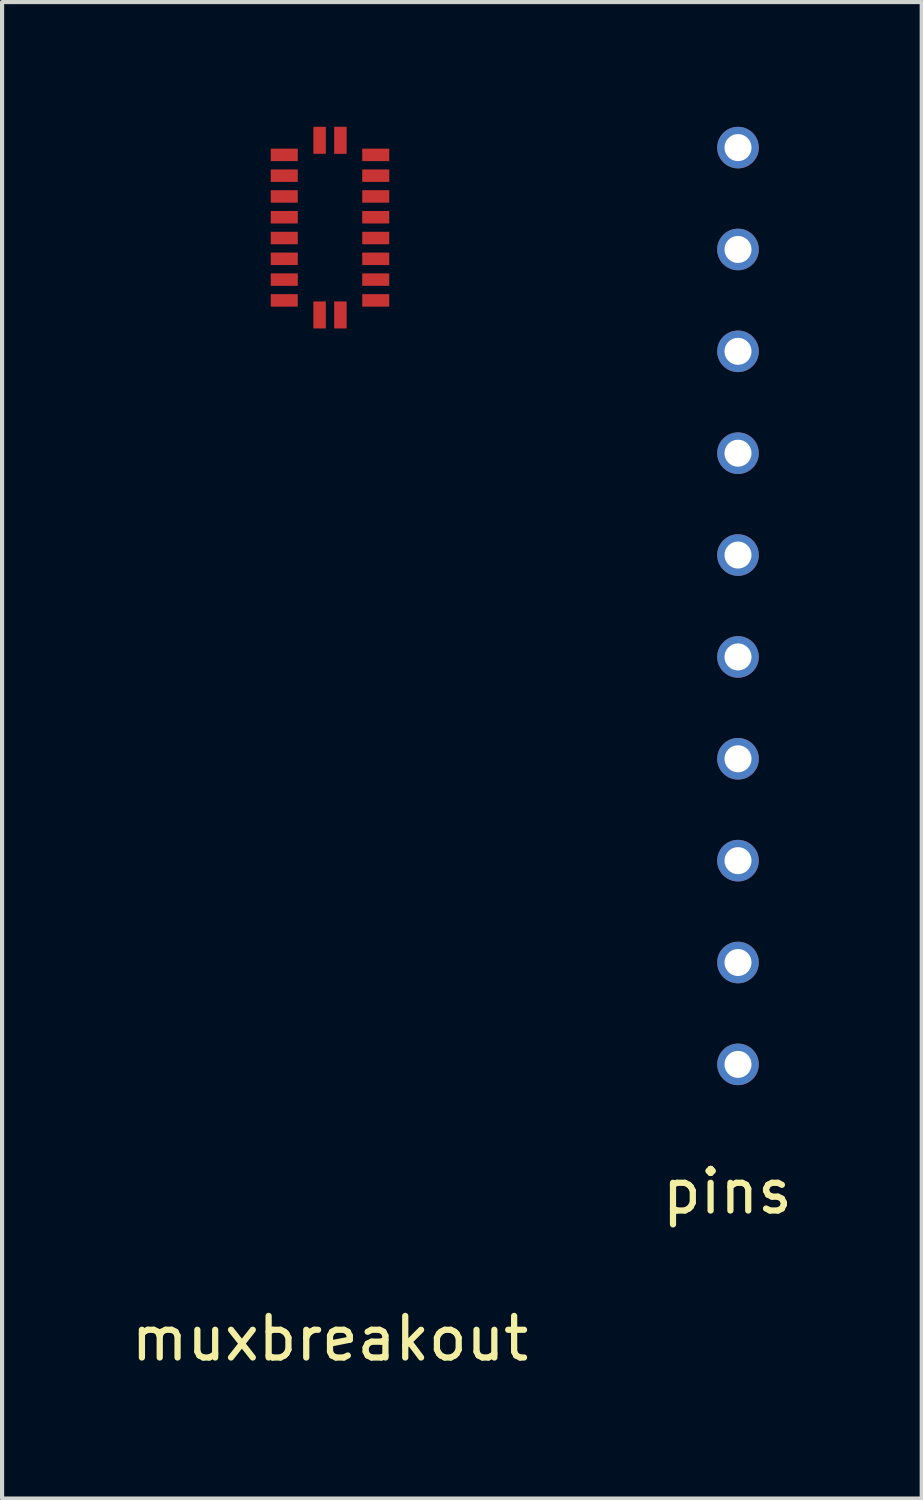
<source format=kicad_pcb>
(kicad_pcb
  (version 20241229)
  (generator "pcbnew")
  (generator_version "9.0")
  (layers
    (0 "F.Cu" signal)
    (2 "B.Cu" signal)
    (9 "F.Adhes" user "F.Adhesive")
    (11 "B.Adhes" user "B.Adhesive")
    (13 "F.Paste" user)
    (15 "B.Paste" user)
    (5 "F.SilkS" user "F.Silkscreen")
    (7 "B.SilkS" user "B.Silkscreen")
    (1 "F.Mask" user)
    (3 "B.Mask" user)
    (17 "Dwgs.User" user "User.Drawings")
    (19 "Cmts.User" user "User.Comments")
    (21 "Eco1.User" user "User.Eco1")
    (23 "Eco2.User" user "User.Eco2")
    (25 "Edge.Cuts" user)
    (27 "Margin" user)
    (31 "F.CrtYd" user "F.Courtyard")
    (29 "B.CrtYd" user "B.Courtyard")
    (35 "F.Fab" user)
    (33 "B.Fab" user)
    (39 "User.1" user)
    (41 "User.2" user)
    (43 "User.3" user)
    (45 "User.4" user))
  (footprint "pins"
    (layer "F.Cu")
    (at 14.7 11.513)
    (property "Reference" "pins" (at -0.254 14.097 0) (layer "F.SilkS") (effects (font (size 1 1) (thickness 0.15))))
    (attr through_hole)
    (pad "1" thru_hole circle (at 0 -11.013) (size 1 1) (drill 0.65) (layers "*.Cu" "*.Mask"))
    (pad "2" thru_hole circle (at 0 -8.563) (size 1 1) (drill 0.65) (layers "*.Cu" "*.Mask"))
    (pad "3" thru_hole circle (at 0 -6.113) (size 1 1) (drill 0.65) (layers "*.Cu" "*.Mask"))
    (pad "4" thru_hole circle (at 0 -3.663) (size 1 1) (drill 0.65) (layers "*.Cu" "*.Mask"))
    (pad "5" thru_hole circle (at 0 -1.213) (size 1 1) (drill 0.65) (layers "*.Cu" "*.Mask"))
    (pad "6" thru_hole circle (at 0 1.237) (size 1 1) (drill 0.65) (layers "*.Cu" "*.Mask"))
    (pad "7" thru_hole circle (at 0 3.687) (size 1 1) (drill 0.65) (layers "*.Cu" "*.Mask"))
    (pad "8" thru_hole circle (at 0 6.137) (size 1 1) (drill 0.65) (layers "*.Cu" "*.Mask"))
    (pad "9" thru_hole circle (at 0 8.587) (size 1 1) (drill 0.65) (layers "*.Cu" "*.Mask"))
    (pad "10" thru_hole circle (at 0 11.037) (size 1 1) (drill 0.65) (layers "*.Cu" "*.Mask")))
  (footprint "muxbreakout"
    (layer "F.Cu")
    (at 4.887 2.475)
    (property "Reference" "muxbreakout" (at 0 26.67 0) (layer "F.SilkS") (effects (font (size 1 1) (thickness 0.15))))
    (attr through_hole)
    (pad "1" smd rect (at -0.25 -2.15) (size 0.3 0.65) (layers "F.Cu" "F.Mask" "F.Paste"))
    (pad "2" smd rect (at -1.1 -1.8) (size 0.65 0.3) (layers "F.Cu" "F.Mask" "F.Paste"))
    (pad "3" smd rect (at -1.1 -1.3) (size 0.65 0.3) (layers "F.Cu" "F.Mask" "F.Paste"))
    (pad "4" smd rect (at -1.1 -0.8) (size 0.65 0.3) (layers "F.Cu" "F.Mask" "F.Paste"))
    (pad "5" smd rect (at -1.1 -0.3) (size 0.65 0.3) (layers "F.Cu" "F.Mask" "F.Paste"))
    (pad "6" smd rect (at -1.1 0.2) (size 0.65 0.3) (layers "F.Cu" "F.Mask" "F.Paste"))
    (pad "7" smd rect (at -1.1 0.7) (size 0.65 0.3) (layers "F.Cu" "F.Mask" "F.Paste"))
    (pad "8" smd rect (at -1.1 1.2) (size 0.65 0.3) (layers "F.Cu" "F.Mask" "F.Paste"))
    (pad "9" smd rect (at -1.1 1.7) (size 0.65 0.3) (layers "F.Cu" "F.Mask" "F.Paste"))
    (pad "10" smd rect (at -0.25 2.05) (size 0.3 0.65) (layers "F.Cu" "F.Mask" "F.Paste"))
    (pad "11" smd rect (at 0.25 2.05) (size 0.3 0.65) (layers "F.Cu" "F.Mask" "F.Paste"))
    (pad "12" smd rect (at 1.1 1.7) (size 0.65 0.3) (layers "F.Cu" "F.Mask" "F.Paste"))
    (pad "13" smd rect (at 1.1 1.2) (size 0.65 0.3) (layers "F.Cu" "F.Mask" "F.Paste"))
    (pad "14" smd rect (at 1.1 0.7) (size 0.65 0.3) (layers "F.Cu" "F.Mask" "F.Paste"))
    (pad "15" smd rect (at 1.1 0.2) (size 0.65 0.3) (layers "F.Cu" "F.Mask" "F.Paste"))
    (pad "16" smd rect (at 1.1 -0.3) (size 0.65 0.3) (layers "F.Cu" "F.Mask" "F.Paste"))
    (pad "17" smd rect (at 1.1 -0.8) (size 0.65 0.3) (layers "F.Cu" "F.Mask" "F.Paste"))
    (pad "18" smd rect (at 1.1 -1.3) (size 0.65 0.3) (layers "F.Cu" "F.Mask" "F.Paste"))
    (pad "19" smd rect (at 1.1 -1.8) (size 0.65 0.3) (layers "F.Cu" "F.Mask" "F.Paste"))
    (pad "20" smd rect (at 0.25 -2.15) (size 0.3 0.65) (layers "F.Cu" "F.Mask" "F.Paste")))
  (gr_rect
    (start -3 -3)
    (end 19.119 32.993)
    (stroke (width 0.1) (type default))
    (fill no)
    (layer "Edge.Cuts")))
</source>
